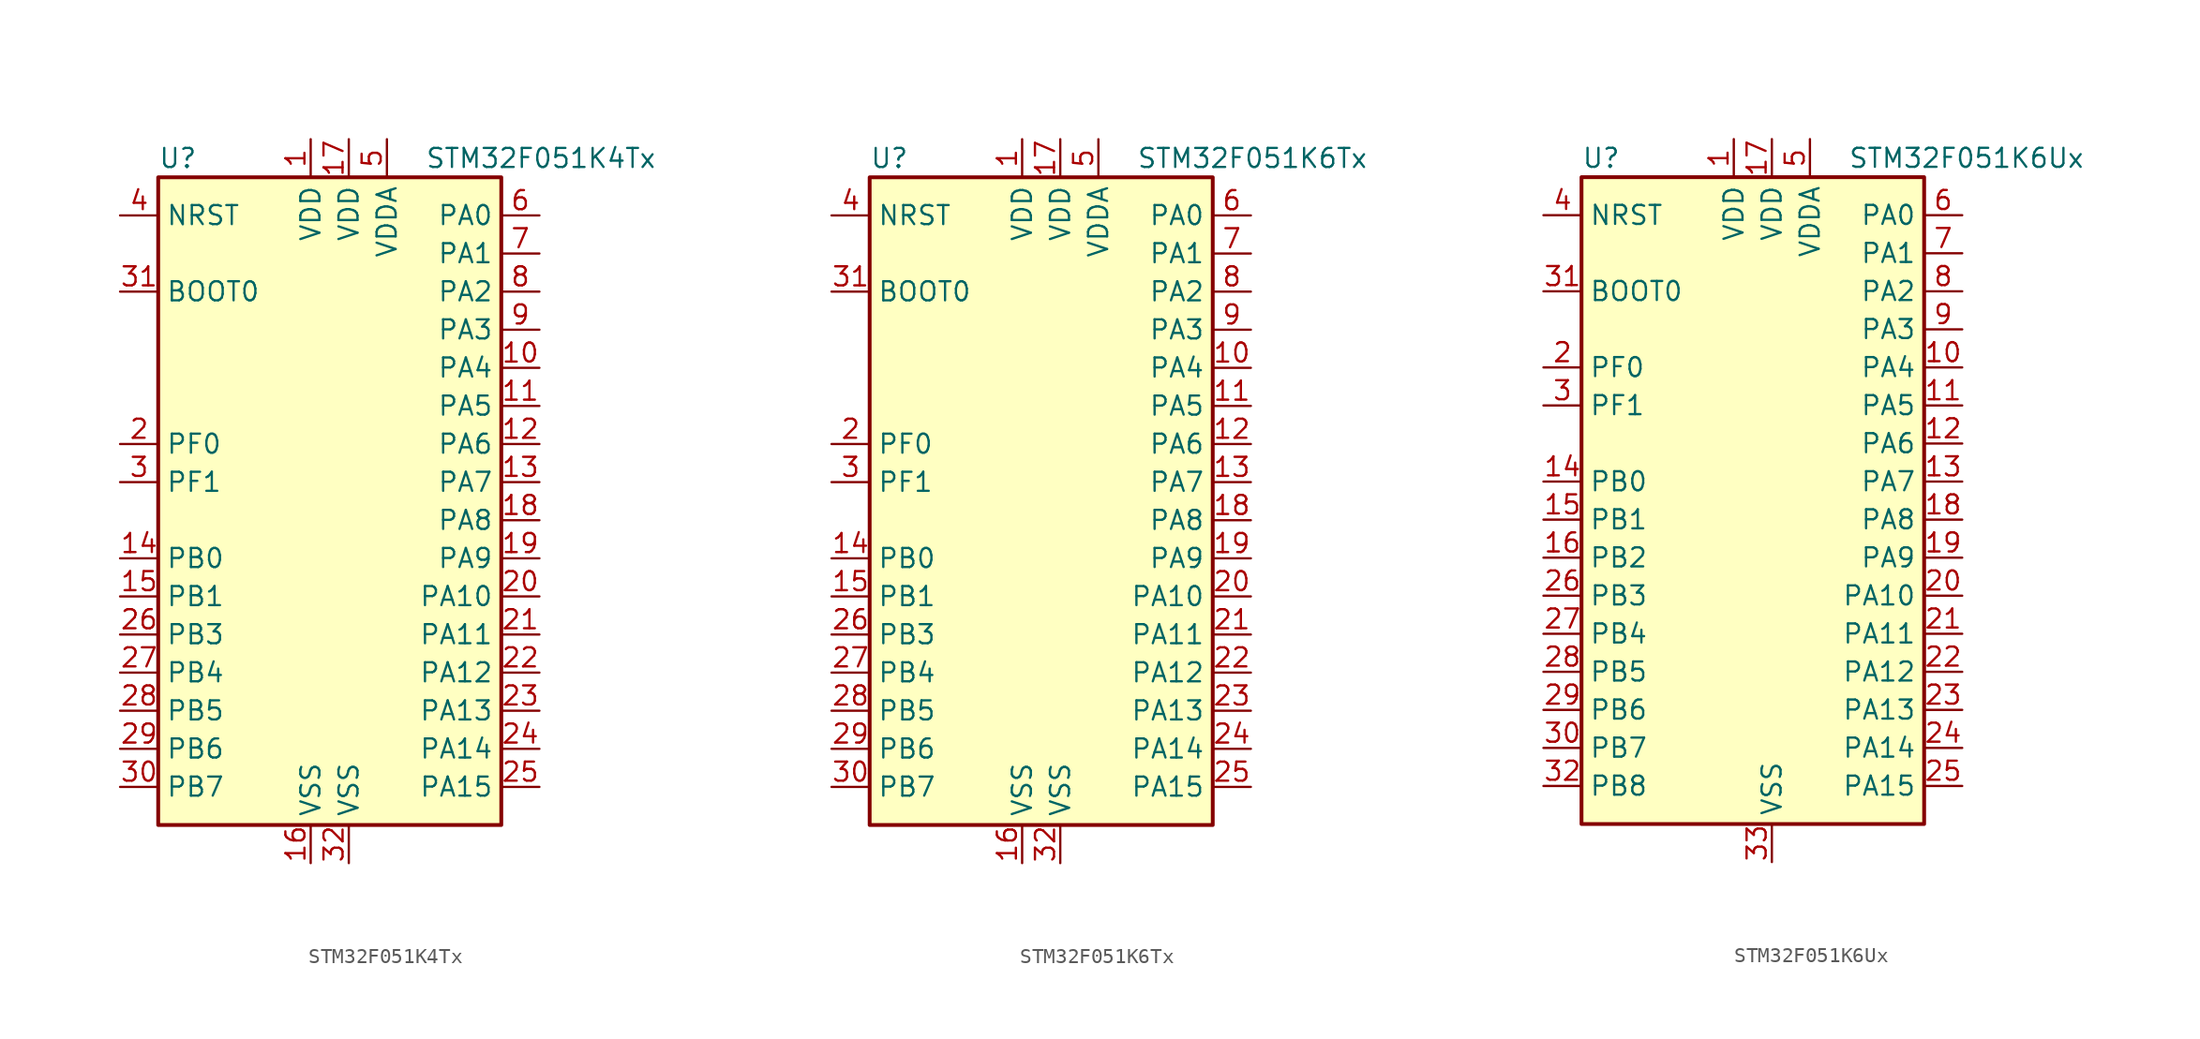
<source format=kicad_sym>
(kicad_symbol_lib
  (version 20211014)
  (generator kicad_symbol_editor)
  (symbol "STM32F051K4Tx"
    (property "Reference" "U"
      (at -12.7 21.59 0)
      (effects (font (size 1.27 1.27)) (justify left)))
    (property "Value" "STM32F051K4Tx"
      (at 5.08 21.59 0)
      (effects (font (size 1.27 1.27)) (justify left)))
    (symbol "STM32F051K4Tx_0_1"
      (rectangle (start -12.7 -22.86) (end 10.16 20.32) (stroke (width 0.254) (type default) (color 0 0 0 0)) (fill (type background))))
    (symbol "STM32F051K4Tx_1_1"
      (pin power_in line (at -2.54 22.86 270) (length 2.54) (name "VDD" (effects (font (size 1.27 1.27)))) (number "1" (effects (font (size 1.27 1.27)))))
      (pin bidirectional line (at 12.7 7.62 180) (length 2.54) (name "PA4" (effects (font (size 1.27 1.27)))) (number "10" (effects (font (size 1.27 1.27)))))
      (pin bidirectional line (at 12.7 5.08 180) (length 2.54) (name "PA5" (effects (font (size 1.27 1.27)))) (number "11" (effects (font (size 1.27 1.27)))))
      (pin bidirectional line (at 12.7 2.54 180) (length 2.54) (name "PA6" (effects (font (size 1.27 1.27)))) (number "12" (effects (font (size 1.27 1.27)))))
      (pin bidirectional line (at 12.7 0 180) (length 2.54) (name "PA7" (effects (font (size 1.27 1.27)))) (number "13" (effects (font (size 1.27 1.27)))))
      (pin bidirectional line (at -15.24 -5.08 0) (length 2.54) (name "PB0" (effects (font (size 1.27 1.27)))) (number "14" (effects (font (size 1.27 1.27)))))
      (pin bidirectional line (at -15.24 -7.62 0) (length 2.54) (name "PB1" (effects (font (size 1.27 1.27)))) (number "15" (effects (font (size 1.27 1.27)))))
      (pin power_in line (at -2.54 -25.4 90) (length 2.54) (name "VSS" (effects (font (size 1.27 1.27)))) (number "16" (effects (font (size 1.27 1.27)))))
      (pin power_in line (at 0 22.86 270) (length 2.54) (name "VDD" (effects (font (size 1.27 1.27)))) (number "17" (effects (font (size 1.27 1.27)))))
      (pin bidirectional line (at 12.7 -2.54 180) (length 2.54) (name "PA8" (effects (font (size 1.27 1.27)))) (number "18" (effects (font (size 1.27 1.27)))))
      (pin bidirectional line (at 12.7 -5.08 180) (length 2.54) (name "PA9" (effects (font (size 1.27 1.27)))) (number "19" (effects (font (size 1.27 1.27)))))
      (pin input line (at -15.24 2.54 0) (length 2.54) (name "PF0" (effects (font (size 1.27 1.27)))) (number "2" (effects (font (size 1.27 1.27)))))
      (pin bidirectional line (at 12.7 -7.62 180) (length 2.54) (name "PA10" (effects (font (size 1.27 1.27)))) (number "20" (effects (font (size 1.27 1.27)))))
      (pin bidirectional line (at 12.7 -10.16 180) (length 2.54) (name "PA11" (effects (font (size 1.27 1.27)))) (number "21" (effects (font (size 1.27 1.27)))))
      (pin bidirectional line (at 12.7 -12.7 180) (length 2.54) (name "PA12" (effects (font (size 1.27 1.27)))) (number "22" (effects (font (size 1.27 1.27)))))
      (pin bidirectional line (at 12.7 -15.24 180) (length 2.54) (name "PA13" (effects (font (size 1.27 1.27)))) (number "23" (effects (font (size 1.27 1.27)))))
      (pin bidirectional line (at 12.7 -17.78 180) (length 2.54) (name "PA14" (effects (font (size 1.27 1.27)))) (number "24" (effects (font (size 1.27 1.27)))))
      (pin bidirectional line (at 12.7 -20.32 180) (length 2.54) (name "PA15" (effects (font (size 1.27 1.27)))) (number "25" (effects (font (size 1.27 1.27)))))
      (pin bidirectional line (at -15.24 -10.16 0) (length 2.54) (name "PB3" (effects (font (size 1.27 1.27)))) (number "26" (effects (font (size 1.27 1.27)))))
      (pin bidirectional line (at -15.24 -12.7 0) (length 2.54) (name "PB4" (effects (font (size 1.27 1.27)))) (number "27" (effects (font (size 1.27 1.27)))))
      (pin bidirectional line (at -15.24 -15.24 0) (length 2.54) (name "PB5" (effects (font (size 1.27 1.27)))) (number "28" (effects (font (size 1.27 1.27)))))
      (pin bidirectional line (at -15.24 -17.78 0) (length 2.54) (name "PB6" (effects (font (size 1.27 1.27)))) (number "29" (effects (font (size 1.27 1.27)))))
      (pin input line (at -15.24 0 0) (length 2.54) (name "PF1" (effects (font (size 1.27 1.27)))) (number "3" (effects (font (size 1.27 1.27)))))
      (pin bidirectional line (at -15.24 -20.32 0) (length 2.54) (name "PB7" (effects (font (size 1.27 1.27)))) (number "30" (effects (font (size 1.27 1.27)))))
      (pin input line (at -15.24 12.7 0) (length 2.54) (name "BOOT0" (effects (font (size 1.27 1.27)))) (number "31" (effects (font (size 1.27 1.27)))))
      (pin power_in line (at 0 -25.4 90) (length 2.54) (name "VSS" (effects (font (size 1.27 1.27)))) (number "32" (effects (font (size 1.27 1.27)))))
      (pin input line (at -15.24 17.78 0) (length 2.54) (name "NRST" (effects (font (size 1.27 1.27)))) (number "4" (effects (font (size 1.27 1.27)))))
      (pin power_in line (at 2.54 22.86 270) (length 2.54) (name "VDDA" (effects (font (size 1.27 1.27)))) (number "5" (effects (font (size 1.27 1.27)))))
      (pin bidirectional line (at 12.7 17.78 180) (length 2.54) (name "PA0" (effects (font (size 1.27 1.27)))) (number "6" (effects (font (size 1.27 1.27)))))
      (pin bidirectional line (at 12.7 15.24 180) (length 2.54) (name "PA1" (effects (font (size 1.27 1.27)))) (number "7" (effects (font (size 1.27 1.27)))))
      (pin bidirectional line (at 12.7 12.7 180) (length 2.54) (name "PA2" (effects (font (size 1.27 1.27)))) (number "8" (effects (font (size 1.27 1.27)))))
      (pin bidirectional line (at 12.7 10.16 180) (length 2.54) (name "PA3" (effects (font (size 1.27 1.27)))) (number "9" (effects (font (size 1.27 1.27)))))))
  (symbol "STM32F051K6Tx"
    (property "Reference" "U"
      (at -12.7 21.59 0)
      (effects (font (size 1.27 1.27)) (justify left)))
    (property "Value" "STM32F051K6Tx"
      (at 5.08 21.59 0)
      (effects (font (size 1.27 1.27)) (justify left)))
    (symbol "STM32F051K6Tx_0_1"
      (rectangle (start -12.7 -22.86) (end 10.16 20.32) (stroke (width 0.254) (type default) (color 0 0 0 0)) (fill (type background))))
    (symbol "STM32F051K6Tx_1_1"
      (pin power_in line (at -2.54 22.86 270) (length 2.54) (name "VDD" (effects (font (size 1.27 1.27)))) (number "1" (effects (font (size 1.27 1.27)))))
      (pin bidirectional line (at 12.7 7.62 180) (length 2.54) (name "PA4" (effects (font (size 1.27 1.27)))) (number "10" (effects (font (size 1.27 1.27)))))
      (pin bidirectional line (at 12.7 5.08 180) (length 2.54) (name "PA5" (effects (font (size 1.27 1.27)))) (number "11" (effects (font (size 1.27 1.27)))))
      (pin bidirectional line (at 12.7 2.54 180) (length 2.54) (name "PA6" (effects (font (size 1.27 1.27)))) (number "12" (effects (font (size 1.27 1.27)))))
      (pin bidirectional line (at 12.7 0 180) (length 2.54) (name "PA7" (effects (font (size 1.27 1.27)))) (number "13" (effects (font (size 1.27 1.27)))))
      (pin bidirectional line (at -15.24 -5.08 0) (length 2.54) (name "PB0" (effects (font (size 1.27 1.27)))) (number "14" (effects (font (size 1.27 1.27)))))
      (pin bidirectional line (at -15.24 -7.62 0) (length 2.54) (name "PB1" (effects (font (size 1.27 1.27)))) (number "15" (effects (font (size 1.27 1.27)))))
      (pin power_in line (at -2.54 -25.4 90) (length 2.54) (name "VSS" (effects (font (size 1.27 1.27)))) (number "16" (effects (font (size 1.27 1.27)))))
      (pin power_in line (at 0 22.86 270) (length 2.54) (name "VDD" (effects (font (size 1.27 1.27)))) (number "17" (effects (font (size 1.27 1.27)))))
      (pin bidirectional line (at 12.7 -2.54 180) (length 2.54) (name "PA8" (effects (font (size 1.27 1.27)))) (number "18" (effects (font (size 1.27 1.27)))))
      (pin bidirectional line (at 12.7 -5.08 180) (length 2.54) (name "PA9" (effects (font (size 1.27 1.27)))) (number "19" (effects (font (size 1.27 1.27)))))
      (pin input line (at -15.24 2.54 0) (length 2.54) (name "PF0" (effects (font (size 1.27 1.27)))) (number "2" (effects (font (size 1.27 1.27)))))
      (pin bidirectional line (at 12.7 -7.62 180) (length 2.54) (name "PA10" (effects (font (size 1.27 1.27)))) (number "20" (effects (font (size 1.27 1.27)))))
      (pin bidirectional line (at 12.7 -10.16 180) (length 2.54) (name "PA11" (effects (font (size 1.27 1.27)))) (number "21" (effects (font (size 1.27 1.27)))))
      (pin bidirectional line (at 12.7 -12.7 180) (length 2.54) (name "PA12" (effects (font (size 1.27 1.27)))) (number "22" (effects (font (size 1.27 1.27)))))
      (pin bidirectional line (at 12.7 -15.24 180) (length 2.54) (name "PA13" (effects (font (size 1.27 1.27)))) (number "23" (effects (font (size 1.27 1.27)))))
      (pin bidirectional line (at 12.7 -17.78 180) (length 2.54) (name "PA14" (effects (font (size 1.27 1.27)))) (number "24" (effects (font (size 1.27 1.27)))))
      (pin bidirectional line (at 12.7 -20.32 180) (length 2.54) (name "PA15" (effects (font (size 1.27 1.27)))) (number "25" (effects (font (size 1.27 1.27)))))
      (pin bidirectional line (at -15.24 -10.16 0) (length 2.54) (name "PB3" (effects (font (size 1.27 1.27)))) (number "26" (effects (font (size 1.27 1.27)))))
      (pin bidirectional line (at -15.24 -12.7 0) (length 2.54) (name "PB4" (effects (font (size 1.27 1.27)))) (number "27" (effects (font (size 1.27 1.27)))))
      (pin bidirectional line (at -15.24 -15.24 0) (length 2.54) (name "PB5" (effects (font (size 1.27 1.27)))) (number "28" (effects (font (size 1.27 1.27)))))
      (pin bidirectional line (at -15.24 -17.78 0) (length 2.54) (name "PB6" (effects (font (size 1.27 1.27)))) (number "29" (effects (font (size 1.27 1.27)))))
      (pin input line (at -15.24 0 0) (length 2.54) (name "PF1" (effects (font (size 1.27 1.27)))) (number "3" (effects (font (size 1.27 1.27)))))
      (pin bidirectional line (at -15.24 -20.32 0) (length 2.54) (name "PB7" (effects (font (size 1.27 1.27)))) (number "30" (effects (font (size 1.27 1.27)))))
      (pin input line (at -15.24 12.7 0) (length 2.54) (name "BOOT0" (effects (font (size 1.27 1.27)))) (number "31" (effects (font (size 1.27 1.27)))))
      (pin power_in line (at 0 -25.4 90) (length 2.54) (name "VSS" (effects (font (size 1.27 1.27)))) (number "32" (effects (font (size 1.27 1.27)))))
      (pin input line (at -15.24 17.78 0) (length 2.54) (name "NRST" (effects (font (size 1.27 1.27)))) (number "4" (effects (font (size 1.27 1.27)))))
      (pin power_in line (at 2.54 22.86 270) (length 2.54) (name "VDDA" (effects (font (size 1.27 1.27)))) (number "5" (effects (font (size 1.27 1.27)))))
      (pin bidirectional line (at 12.7 17.78 180) (length 2.54) (name "PA0" (effects (font (size 1.27 1.27)))) (number "6" (effects (font (size 1.27 1.27)))))
      (pin bidirectional line (at 12.7 15.24 180) (length 2.54) (name "PA1" (effects (font (size 1.27 1.27)))) (number "7" (effects (font (size 1.27 1.27)))))
      (pin bidirectional line (at 12.7 12.7 180) (length 2.54) (name "PA2" (effects (font (size 1.27 1.27)))) (number "8" (effects (font (size 1.27 1.27)))))
      (pin bidirectional line (at 12.7 10.16 180) (length 2.54) (name "PA3" (effects (font (size 1.27 1.27)))) (number "9" (effects (font (size 1.27 1.27)))))))
  (symbol "STM32F051K6Ux"
    (property "Reference" "U"
      (at -12.7 21.59 0)
      (effects (font (size 1.27 1.27)) (justify left)))
    (property "Value" "STM32F051K6Ux"
      (at 5.08 21.59 0)
      (effects (font (size 1.27 1.27)) (justify left)))
    (symbol "STM32F051K6Ux_0_1"
      (rectangle (start -12.7 -22.86) (end 10.16 20.32) (stroke (width 0.254) (type default) (color 0 0 0 0)) (fill (type background))))
    (symbol "STM32F051K6Ux_1_1"
      (pin power_in line (at -2.54 22.86 270) (length 2.54) (name "VDD" (effects (font (size 1.27 1.27)))) (number "1" (effects (font (size 1.27 1.27)))))
      (pin bidirectional line (at 12.7 7.62 180) (length 2.54) (name "PA4" (effects (font (size 1.27 1.27)))) (number "10" (effects (font (size 1.27 1.27)))))
      (pin bidirectional line (at 12.7 5.08 180) (length 2.54) (name "PA5" (effects (font (size 1.27 1.27)))) (number "11" (effects (font (size 1.27 1.27)))))
      (pin bidirectional line (at 12.7 2.54 180) (length 2.54) (name "PA6" (effects (font (size 1.27 1.27)))) (number "12" (effects (font (size 1.27 1.27)))))
      (pin bidirectional line (at 12.7 0 180) (length 2.54) (name "PA7" (effects (font (size 1.27 1.27)))) (number "13" (effects (font (size 1.27 1.27)))))
      (pin bidirectional line (at -15.24 0 0) (length 2.54) (name "PB0" (effects (font (size 1.27 1.27)))) (number "14" (effects (font (size 1.27 1.27)))))
      (pin bidirectional line (at -15.24 -2.54 0) (length 2.54) (name "PB1" (effects (font (size 1.27 1.27)))) (number "15" (effects (font (size 1.27 1.27)))))
      (pin bidirectional line (at -15.24 -5.08 0) (length 2.54) (name "PB2" (effects (font (size 1.27 1.27)))) (number "16" (effects (font (size 1.27 1.27)))))
      (pin power_in line (at 0 22.86 270) (length 2.54) (name "VDD" (effects (font (size 1.27 1.27)))) (number "17" (effects (font (size 1.27 1.27)))))
      (pin bidirectional line (at 12.7 -2.54 180) (length 2.54) (name "PA8" (effects (font (size 1.27 1.27)))) (number "18" (effects (font (size 1.27 1.27)))))
      (pin bidirectional line (at 12.7 -5.08 180) (length 2.54) (name "PA9" (effects (font (size 1.27 1.27)))) (number "19" (effects (font (size 1.27 1.27)))))
      (pin input line (at -15.24 7.62 0) (length 2.54) (name "PF0" (effects (font (size 1.27 1.27)))) (number "2" (effects (font (size 1.27 1.27)))))
      (pin bidirectional line (at 12.7 -7.62 180) (length 2.54) (name "PA10" (effects (font (size 1.27 1.27)))) (number "20" (effects (font (size 1.27 1.27)))))
      (pin bidirectional line (at 12.7 -10.16 180) (length 2.54) (name "PA11" (effects (font (size 1.27 1.27)))) (number "21" (effects (font (size 1.27 1.27)))))
      (pin bidirectional line (at 12.7 -12.7 180) (length 2.54) (name "PA12" (effects (font (size 1.27 1.27)))) (number "22" (effects (font (size 1.27 1.27)))))
      (pin bidirectional line (at 12.7 -15.24 180) (length 2.54) (name "PA13" (effects (font (size 1.27 1.27)))) (number "23" (effects (font (size 1.27 1.27)))))
      (pin bidirectional line (at 12.7 -17.78 180) (length 2.54) (name "PA14" (effects (font (size 1.27 1.27)))) (number "24" (effects (font (size 1.27 1.27)))))
      (pin bidirectional line (at 12.7 -20.32 180) (length 2.54) (name "PA15" (effects (font (size 1.27 1.27)))) (number "25" (effects (font (size 1.27 1.27)))))
      (pin bidirectional line (at -15.24 -7.62 0) (length 2.54) (name "PB3" (effects (font (size 1.27 1.27)))) (number "26" (effects (font (size 1.27 1.27)))))
      (pin bidirectional line (at -15.24 -10.16 0) (length 2.54) (name "PB4" (effects (font (size 1.27 1.27)))) (number "27" (effects (font (size 1.27 1.27)))))
      (pin bidirectional line (at -15.24 -12.7 0) (length 2.54) (name "PB5" (effects (font (size 1.27 1.27)))) (number "28" (effects (font (size 1.27 1.27)))))
      (pin bidirectional line (at -15.24 -15.24 0) (length 2.54) (name "PB6" (effects (font (size 1.27 1.27)))) (number "29" (effects (font (size 1.27 1.27)))))
      (pin input line (at -15.24 5.08 0) (length 2.54) (name "PF1" (effects (font (size 1.27 1.27)))) (number "3" (effects (font (size 1.27 1.27)))))
      (pin bidirectional line (at -15.24 -17.78 0) (length 2.54) (name "PB7" (effects (font (size 1.27 1.27)))) (number "30" (effects (font (size 1.27 1.27)))))
      (pin input line (at -15.24 12.7 0) (length 2.54) (name "BOOT0" (effects (font (size 1.27 1.27)))) (number "31" (effects (font (size 1.27 1.27)))))
      (pin bidirectional line (at -15.24 -20.32 0) (length 2.54) (name "PB8" (effects (font (size 1.27 1.27)))) (number "32" (effects (font (size 1.27 1.27)))))
      (pin power_in line (at 0 -25.4 90) (length 2.54) (name "VSS" (effects (font (size 1.27 1.27)))) (number "33" (effects (font (size 1.27 1.27)))))
      (pin input line (at -15.24 17.78 0) (length 2.54) (name "NRST" (effects (font (size 1.27 1.27)))) (number "4" (effects (font (size 1.27 1.27)))))
      (pin power_in line (at 2.54 22.86 270) (length 2.54) (name "VDDA" (effects (font (size 1.27 1.27)))) (number "5" (effects (font (size 1.27 1.27)))))
      (pin bidirectional line (at 12.7 17.78 180) (length 2.54) (name "PA0" (effects (font (size 1.27 1.27)))) (number "6" (effects (font (size 1.27 1.27)))))
      (pin bidirectional line (at 12.7 15.24 180) (length 2.54) (name "PA1" (effects (font (size 1.27 1.27)))) (number "7" (effects (font (size 1.27 1.27)))))
      (pin bidirectional line (at 12.7 12.7 180) (length 2.54) (name "PA2" (effects (font (size 1.27 1.27)))) (number "8" (effects (font (size 1.27 1.27)))))
      (pin bidirectional line (at 12.7 10.16 180) (length 2.54) (name "PA3" (effects (font (size 1.27 1.27)))) (number "9" (effects (font (size 1.27 1.27))))))))
</source>
